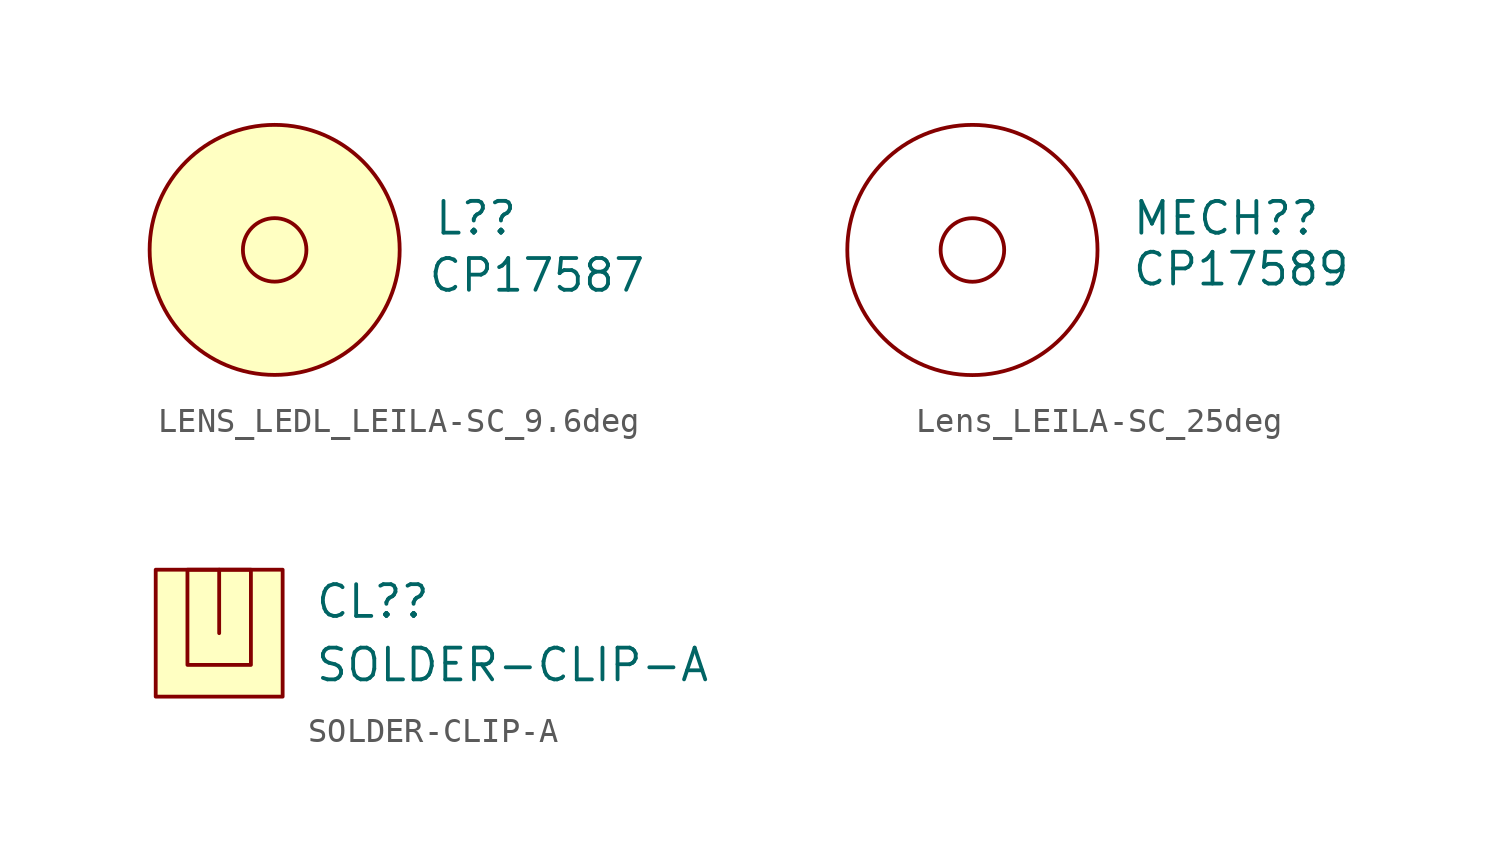
<source format=kicad_sym>
(kicad_symbol_lib
  (version 20231120)
  (generator "kicad_symbol_editor")
  (generator_version "8.0")
  (symbol "LENS_LEDL_LEILA-SC_9.6deg"
    (property "Reference" "L?"
      (at 6.35 1.27 0)
      (effects (font (size 1.27 1.27)) (justify left)))
    (property "Value" "CP17587"
      (at 6.096 -1.016 0)
      (effects (font (size 1.27 1.27)) (justify left)))
    (symbol "LENS_LEDL_LEILA-SC_9.6deg_1_1"
      (circle (center 0 0) (radius 1.27) (stroke (width 0) (type default)) (fill (type color) (color 255 255 255 1)))
      (circle (center 0 0) (radius 5) (stroke (width 0) (type default)) (fill (type color) (color 255 255 194 1)))))
  (symbol "Lens_LEILA-SC_25deg"
    (property "Reference" "MECH?"
      (at 6.35 1.27 0)
      (effects (font (size 1.27 1.27)) (justify left)))
    (property "Value" "CP17589"
      (at 6.35 -0.762 0)
      (effects (font (size 1.27 1.27)) (justify left)))
    (symbol "Lens_LEILA-SC_25deg_0_1"
      (circle (center 0 0) (radius 1.27) (stroke (width 0) (type default)) (fill (type none)))
      (circle (center 0 0) (radius 5) (stroke (width 0) (type default)) (fill (type none)))))
  (symbol "SOLDER-CLIP-A"
    (property "Reference" "CL?"
      (at 6.35 3.81 0)
      (effects (font (size 1.27 1.27)) (justify left)))
    (property "Value" "SOLDER-CLIP-A"
      (at 6.35 1.27 0)
      (effects (font (size 1.27 1.27)) (justify left)))
    (symbol "SOLDER-CLIP-A_0_1"
      (polyline (pts (xy 2.54 2.54) (xy 2.54 5.08)) (stroke (width 0) (type default)) (fill (type none)))
      (rectangle (start 0 5.08) (end 5.08 0) (stroke (width 0) (type default)) (fill (type background)))
      (rectangle (start 1.27 5.08) (end 3.81 1.27) (stroke (width 0) (type default)) (fill (type none))))))
</source>
